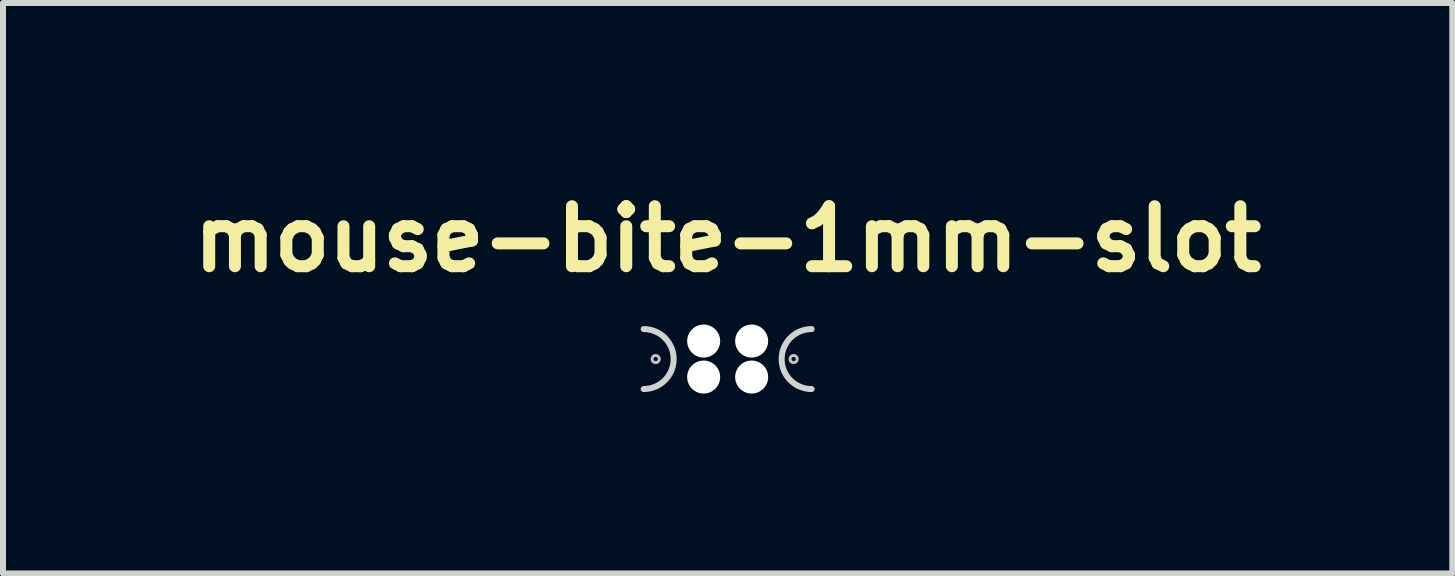
<source format=kicad_pcb>
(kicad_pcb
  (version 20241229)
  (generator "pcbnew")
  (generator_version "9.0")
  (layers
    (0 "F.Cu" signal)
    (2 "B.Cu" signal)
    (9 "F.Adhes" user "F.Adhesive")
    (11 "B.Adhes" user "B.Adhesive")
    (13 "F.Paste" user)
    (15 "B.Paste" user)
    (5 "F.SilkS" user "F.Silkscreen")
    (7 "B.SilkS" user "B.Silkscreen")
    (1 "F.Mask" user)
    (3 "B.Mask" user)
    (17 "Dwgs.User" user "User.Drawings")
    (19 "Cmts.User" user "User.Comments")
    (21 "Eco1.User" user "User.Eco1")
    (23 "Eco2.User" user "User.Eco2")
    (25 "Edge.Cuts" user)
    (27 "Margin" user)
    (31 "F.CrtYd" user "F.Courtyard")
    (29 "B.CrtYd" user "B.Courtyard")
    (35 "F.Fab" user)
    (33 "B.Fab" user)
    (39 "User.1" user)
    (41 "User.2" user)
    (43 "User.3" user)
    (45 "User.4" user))
  (footprint "mouse-bite-1mm-slot"
    (layer "F.Cu")
    (at 9.081 2.936)
    (property "Reference" "mouse-bite-1mm-slot" (at 0 -2 0) (layer "F.SilkS") (effects (font (size 1 1) (thickness 0.2))))
    (attr through_hole)
    (fp_circle (center -1.2 0) (end -1.14 0) (stroke (width 0.05) (type solid)) (fill no) (layer "Dwgs.User"))
    (fp_circle (center 1.1 0) (end 1.16 0) (stroke (width 0.05) (type solid)) (fill no) (layer "Dwgs.User"))
    (fp_line (start -1.4 0) (end -1.4 0) (stroke (width 1) (type solid)) (layer "Eco1.User"))
    (fp_line (start 1.4 0) (end 1.4 0) (stroke (width 1) (type solid)) (layer "Eco1.User"))
    (fp_arc (start -1.4 -0.5) (mid -0.9 0) (end -1.4 0.5) (stroke (width 0.1) (type solid)) (layer "Edge.Cuts"))
    (fp_arc (start 1.4 0.5) (mid 0.9 0) (end 1.4 -0.5) (stroke (width 0.1) (type solid)) (layer "Edge.Cuts"))
    (pad "" np_thru_hole circle (at -0.4 -0.3) (size 0.55 0.55) (drill 0.55) (layers "*.Cu" "*.Mask"))
    (pad "" np_thru_hole circle (at -0.4 0.3) (size 0.55 0.55) (drill 0.55) (layers "*.Cu" "*.Mask"))
    (pad "" np_thru_hole circle (at 0.4 -0.3) (size 0.55 0.55) (drill 0.55) (layers "*.Cu" "*.Mask"))
    (pad "" np_thru_hole circle (at 0.4 0.3) (size 0.55 0.55) (drill 0.55) (layers "*.Cu" "*.Mask")))
  (gr_rect
    (start -3 -3)
    (end 21.162 6.511)
    (stroke (width 0.1) (type default))
    (fill no)
    (layer "Edge.Cuts")))
</source>
